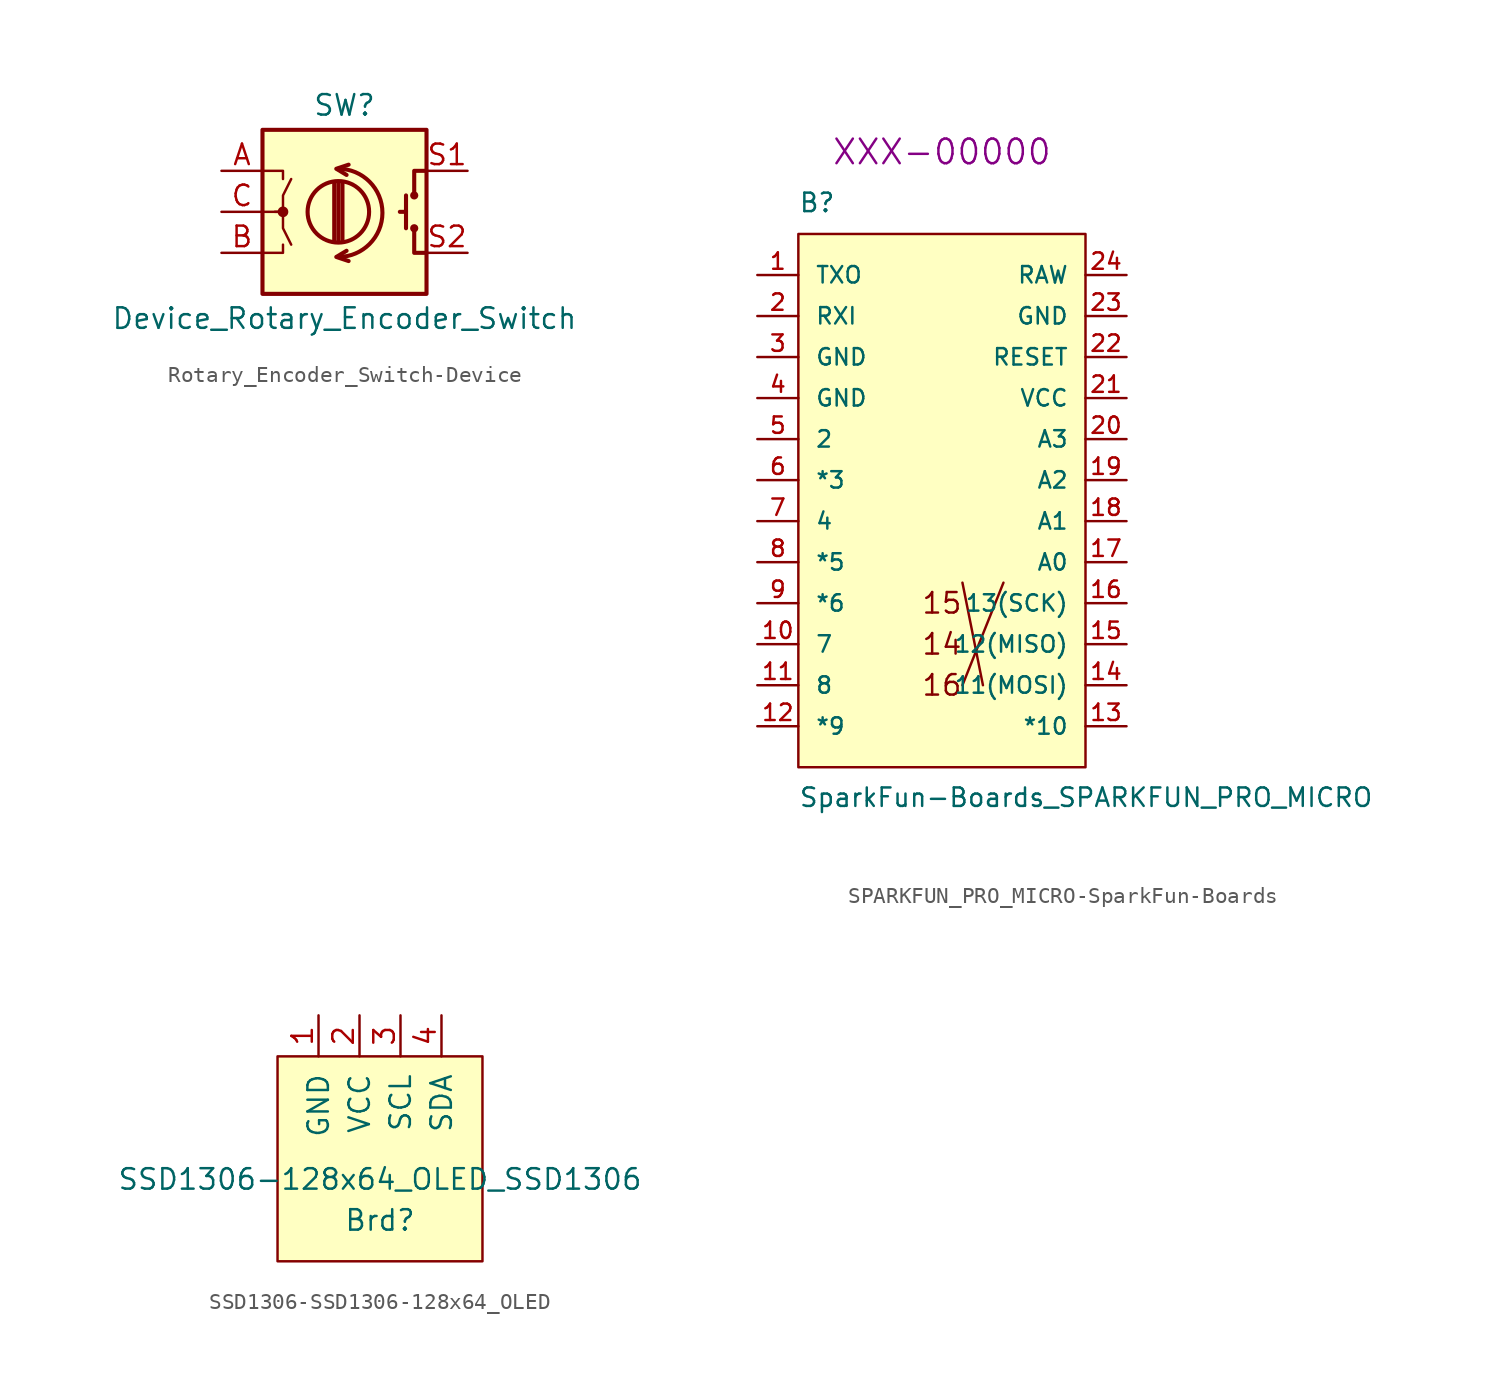
<source format=kicad_sym>
(kicad_symbol_lib
  (version 20231120)
  (generator "kicad_symbol_editor")
  (generator_version "8.0")
  (symbol "Rotary_Encoder_Switch-Device"
    (pin_names
      (offset 0.254) hide)
    (property "Reference" "SW"
      (at 0 6.604 0)
      (effects (font (size 1.27 1.27))))
    (property "Value" "Device_Rotary_Encoder_Switch"
      (at 0 -6.604 0)
      (effects (font (size 1.27 1.27))))
    (symbol "Rotary_Encoder_Switch-Device_0_1"
      (rectangle (start -5.08 5.08) (end 5.08 -5.08) (stroke (width 0.254) (type solid)) (fill (type background)))
      (circle (center -3.81 0) (radius 0.254) (stroke (width 0) (type solid)) (fill (type outline)))
      (arc (start -0.381 -2.794) (mid 2.3622 -0.0508) (end -0.381 2.667) (stroke (width 0.254) (type solid)) (fill (type none)))
      (circle (center -0.381 0) (radius 1.905) (stroke (width 0.254) (type solid)) (fill (type none)))
      (polyline (pts (xy -0.635 -1.778) (xy -0.635 1.778)) (stroke (width 0.254) (type solid)) (fill (type none)))
      (polyline (pts (xy -0.381 -1.778) (xy -0.381 1.778)) (stroke (width 0.254) (type solid)) (fill (type none)))
      (polyline (pts (xy -0.127 1.778) (xy -0.127 -1.778)) (stroke (width 0.254) (type solid)) (fill (type none)))
      (polyline (pts (xy 3.81 0) (xy 3.429 0)) (stroke (width 0.254) (type solid)) (fill (type none)))
      (polyline (pts (xy 3.81 1.016) (xy 3.81 -1.016)) (stroke (width 0.254) (type solid)) (fill (type none)))
      (polyline (pts (xy -5.08 -2.54) (xy -3.81 -2.54) (xy -3.81 -2.032)) (stroke (width 0) (type solid)) (fill (type none)))
      (polyline (pts (xy -5.08 2.54) (xy -3.81 2.54) (xy -3.81 2.032)) (stroke (width 0) (type solid)) (fill (type none)))
      (polyline (pts (xy 0.254 -3.048) (xy -0.508 -2.794) (xy 0.127 -2.413)) (stroke (width 0.254) (type solid)) (fill (type none)))
      (polyline (pts (xy 0.254 2.921) (xy -0.508 2.667) (xy 0.127 2.286)) (stroke (width 0.254) (type solid)) (fill (type none)))
      (polyline (pts (xy 5.08 -2.54) (xy 4.318 -2.54) (xy 4.318 -1.016)) (stroke (width 0.254) (type solid)) (fill (type none)))
      (polyline (pts (xy 5.08 2.54) (xy 4.318 2.54) (xy 4.318 1.016)) (stroke (width 0.254) (type solid)) (fill (type none)))
      (polyline (pts (xy -5.08 0) (xy -3.81 0) (xy -3.81 -1.016) (xy -3.302 -2.032)) (stroke (width 0) (type solid)) (fill (type none)))
      (polyline (pts (xy -4.318 0) (xy -3.81 0) (xy -3.81 1.016) (xy -3.302 2.032)) (stroke (width 0) (type solid)) (fill (type none)))
      (circle (center 4.318 -1.016) (radius 0.127) (stroke (width 0.254) (type solid)) (fill (type none)))
      (circle (center 4.318 1.016) (radius 0.127) (stroke (width 0.254) (type solid)) (fill (type none))))
    (symbol "Rotary_Encoder_Switch-Device_1_1"
      (pin passive line (at -7.62 2.54 0) (length 2.54) (name "A" (effects (font (size 1.27 1.27)))) (number "A" (effects (font (size 1.27 1.27)))))
      (pin passive line (at -7.62 -2.54 0) (length 2.54) (name "B" (effects (font (size 1.27 1.27)))) (number "B" (effects (font (size 1.27 1.27)))))
      (pin passive line (at -7.62 0 0) (length 2.54) (name "C" (effects (font (size 1.27 1.27)))) (number "C" (effects (font (size 1.27 1.27)))))
      (pin passive line (at 7.62 2.54 180) (length 2.54) (name "S1" (effects (font (size 1.27 1.27)))) (number "S1" (effects (font (size 1.27 1.27)))))
      (pin passive line (at 7.62 -2.54 180) (length 2.54) (name "S2" (effects (font (size 1.27 1.27)))) (number "S2" (effects (font (size 1.27 1.27)))))))
  (symbol "SPARKFUN_PRO_MICRO-SparkFun-Boards"
    (pin_names
      (offset 1.016))
    (property "Reference" "B"
      (at -8.89 17.78 0)
      (effects (font (size 1.143 1.143)) (justify left bottom)))
    (property "Value" "SparkFun-Boards_SPARKFUN_PRO_MICRO"
      (at -8.89 -19.05 0)
      (effects (font (size 1.143 1.143)) (justify left bottom)))
    (property "Field5" "XXX-00000"
      (at 0 21.59 0)
      (effects (font (size 1.524 1.524))))
    (property "ki_locked" ""
      (at 0 0 0)
      (effects (font (size 1.27 1.27))))
    (symbol "SPARKFUN_PRO_MICRO-SparkFun-Boards_0_0"
      (polyline (pts (xy 1.27 -5.08) (xy 2.54 -11.43)) (stroke (width 0) (type solid)) (fill (type none)))
      (polyline (pts (xy 3.81 -5.08) (xy 1.27 -11.43)) (stroke (width 0) (type solid)) (fill (type none)))
      (text "14" (at 0 -8.89 0) (effects (font (size 1.27 1.27))))
      (text "15" (at 0 -6.35 0) (effects (font (size 1.27 1.27))))
      (text "16" (at 0 -11.43 0) (effects (font (size 1.27 1.27)))))
    (symbol "SPARKFUN_PRO_MICRO-SparkFun-Boards_1_1"
      (polyline (pts (xy -8.89 16.51) (xy -8.89 -16.51) (xy 8.89 -16.51) (xy 8.89 16.51) (xy -8.89 16.51)) (stroke (width 0) (type solid)) (fill (type background)))
      (pin bidirectional line (at -11.43 13.97 0) (length 2.54) (name "TXO" (effects (font (size 1.016 1.016)))) (number "1" (effects (font (size 1.016 1.016)))))
      (pin bidirectional line (at -11.43 -8.89 0) (length 2.54) (name "7" (effects (font (size 1.016 1.016)))) (number "10" (effects (font (size 1.016 1.016)))))
      (pin bidirectional line (at -11.43 -11.43 0) (length 2.54) (name "8" (effects (font (size 1.016 1.016)))) (number "11" (effects (font (size 1.016 1.016)))))
      (pin bidirectional line (at -11.43 -13.97 0) (length 2.54) (name "*9" (effects (font (size 1.016 1.016)))) (number "12" (effects (font (size 1.016 1.016)))))
      (pin bidirectional line (at 11.43 -13.97 180) (length 2.54) (name "*10" (effects (font (size 1.016 1.016)))) (number "13" (effects (font (size 1.016 1.016)))))
      (pin bidirectional line (at 11.43 -11.43 180) (length 2.54) (name "11(MOSI)" (effects (font (size 1.016 1.016)))) (number "14" (effects (font (size 1.016 1.016)))))
      (pin bidirectional line (at 11.43 -8.89 180) (length 2.54) (name "12(MISO)" (effects (font (size 1.016 1.016)))) (number "15" (effects (font (size 1.016 1.016)))))
      (pin bidirectional line (at 11.43 -6.35 180) (length 2.54) (name "13(SCK)" (effects (font (size 1.016 1.016)))) (number "16" (effects (font (size 1.016 1.016)))))
      (pin bidirectional line (at 11.43 -3.81 180) (length 2.54) (name "A0" (effects (font (size 1.016 1.016)))) (number "17" (effects (font (size 1.016 1.016)))))
      (pin bidirectional line (at 11.43 -1.27 180) (length 2.54) (name "A1" (effects (font (size 1.016 1.016)))) (number "18" (effects (font (size 1.016 1.016)))))
      (pin bidirectional line (at 11.43 1.27 180) (length 2.54) (name "A2" (effects (font (size 1.016 1.016)))) (number "19" (effects (font (size 1.016 1.016)))))
      (pin bidirectional line (at -11.43 11.43 0) (length 2.54) (name "RXI" (effects (font (size 1.016 1.016)))) (number "2" (effects (font (size 1.016 1.016)))))
      (pin bidirectional line (at 11.43 3.81 180) (length 2.54) (name "A3" (effects (font (size 1.016 1.016)))) (number "20" (effects (font (size 1.016 1.016)))))
      (pin power_in line (at 11.43 6.35 180) (length 2.54) (name "VCC" (effects (font (size 1.016 1.016)))) (number "21" (effects (font (size 1.016 1.016)))))
      (pin bidirectional line (at 11.43 8.89 180) (length 2.54) (name "RESET" (effects (font (size 1.016 1.016)))) (number "22" (effects (font (size 1.016 1.016)))))
      (pin power_in line (at 11.43 11.43 180) (length 2.54) (name "GND" (effects (font (size 1.016 1.016)))) (number "23" (effects (font (size 1.016 1.016)))))
      (pin power_in line (at 11.43 13.97 180) (length 2.54) (name "RAW" (effects (font (size 1.016 1.016)))) (number "24" (effects (font (size 1.016 1.016)))))
      (pin power_in line (at -11.43 8.89 0) (length 2.54) (name "GND" (effects (font (size 1.016 1.016)))) (number "3" (effects (font (size 1.016 1.016)))))
      (pin power_in line (at -11.43 6.35 0) (length 2.54) (name "GND" (effects (font (size 1.016 1.016)))) (number "4" (effects (font (size 1.016 1.016)))))
      (pin bidirectional line (at -11.43 3.81 0) (length 2.54) (name "2" (effects (font (size 1.016 1.016)))) (number "5" (effects (font (size 1.016 1.016)))))
      (pin bidirectional line (at -11.43 1.27 0) (length 2.54) (name "*3" (effects (font (size 1.016 1.016)))) (number "6" (effects (font (size 1.016 1.016)))))
      (pin bidirectional line (at -11.43 -1.27 0) (length 2.54) (name "4" (effects (font (size 1.016 1.016)))) (number "7" (effects (font (size 1.016 1.016)))))
      (pin bidirectional line (at -11.43 -3.81 0) (length 2.54) (name "*5" (effects (font (size 1.016 1.016)))) (number "8" (effects (font (size 1.016 1.016)))))
      (pin bidirectional line (at -11.43 -6.35 0) (length 2.54) (name "*6" (effects (font (size 1.016 1.016)))) (number "9" (effects (font (size 1.016 1.016)))))))
  (symbol "SSD1306-SSD1306-128x64_OLED"
    (pin_names
      (offset 1.016))
    (property "Reference" "Brd"
      (at 0 -3.81 0)
      (effects (font (size 1.27 1.27))))
    (property "Value" "SSD1306-128x64_OLED_SSD1306"
      (at 0 -1.27 0)
      (effects (font (size 1.27 1.27))))
    (symbol "SSD1306-SSD1306-128x64_OLED_0_1"
      (rectangle (start -6.35 6.35) (end 6.35 -6.35) (stroke (width 0) (type solid)) (fill (type background))))
    (symbol "SSD1306-SSD1306-128x64_OLED_1_1"
      (pin input line (at -3.81 8.89 270) (length 2.54) (name "GND" (effects (font (size 1.27 1.27)))) (number "1" (effects (font (size 1.27 1.27)))))
      (pin input line (at -1.27 8.89 270) (length 2.54) (name "VCC" (effects (font (size 1.27 1.27)))) (number "2" (effects (font (size 1.27 1.27)))))
      (pin input line (at 1.27 8.89 270) (length 2.54) (name "SCL" (effects (font (size 1.27 1.27)))) (number "3" (effects (font (size 1.27 1.27)))))
      (pin input line (at 3.81 8.89 270) (length 2.54) (name "SDA" (effects (font (size 1.27 1.27)))) (number "4" (effects (font (size 1.27 1.27))))))))
</source>
